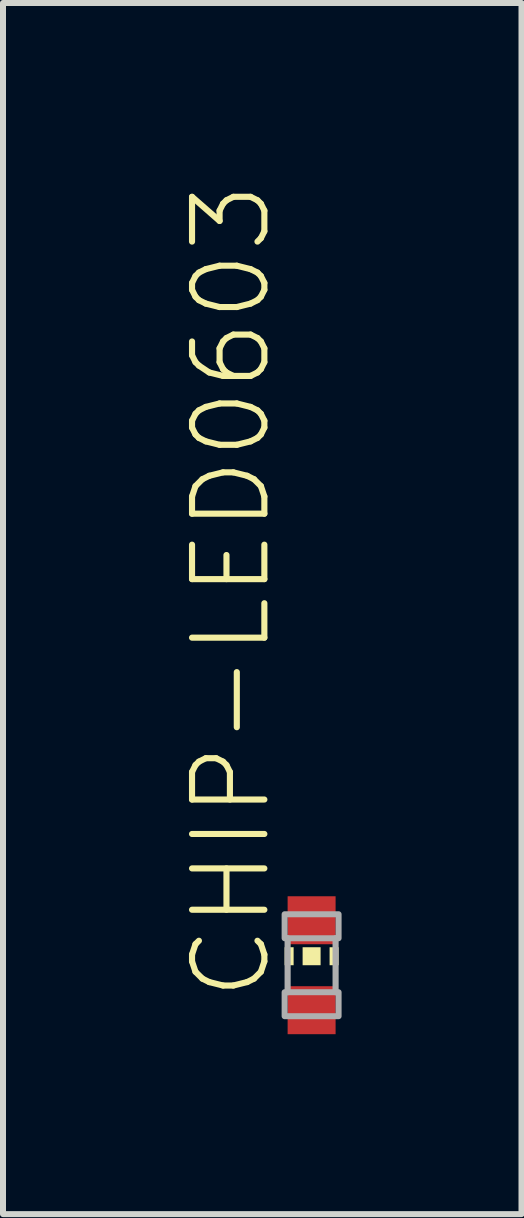
<source format=kicad_pcb>
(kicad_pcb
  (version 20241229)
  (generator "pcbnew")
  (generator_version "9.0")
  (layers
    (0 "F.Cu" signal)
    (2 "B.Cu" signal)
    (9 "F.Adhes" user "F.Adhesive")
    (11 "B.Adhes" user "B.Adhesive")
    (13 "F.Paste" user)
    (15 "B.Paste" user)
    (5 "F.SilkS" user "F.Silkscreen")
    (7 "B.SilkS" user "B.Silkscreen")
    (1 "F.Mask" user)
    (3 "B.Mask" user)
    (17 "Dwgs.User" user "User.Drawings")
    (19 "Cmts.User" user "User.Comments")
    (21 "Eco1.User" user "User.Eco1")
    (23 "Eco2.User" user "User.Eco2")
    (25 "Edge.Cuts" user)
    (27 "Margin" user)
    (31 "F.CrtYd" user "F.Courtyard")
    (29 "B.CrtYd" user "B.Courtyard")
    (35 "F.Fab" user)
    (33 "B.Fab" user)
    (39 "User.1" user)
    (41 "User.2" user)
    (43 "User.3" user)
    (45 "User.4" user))
  (footprint "CHIP-LED0603"
    (layer "F.Cu")
    (at 2.146 13.045)
    (property "Reference" "CHIP-LED0603" (at -0.635 0.635 90) (layer "F.SilkS") (effects (font (size 1.206 1.206) (thickness 0.102)) (justify left bottom)))
    (attr through_hole)
    (fp_poly (pts (xy -0.45 0) (xy -0.3 0) (xy -0.3 -0.3) (xy -0.45 -0.3)) (stroke (width 0) (type solid)) (fill yes) (layer "F.SilkS"))
    (fp_poly (pts (xy -0.15 0) (xy 0.15 0) (xy 0.15 -0.3) (xy -0.15 -0.3)) (stroke (width 0) (type solid)) (fill yes) (layer "F.SilkS"))
    (fp_poly (pts (xy 0.3 0) (xy 0.45 0) (xy 0.45 -0.3) (xy 0.3 -0.3)) (stroke (width 0) (type solid)) (fill yes) (layer "F.SilkS"))
    (fp_line (start -0.4 -0.45) (end -0.4 0.45) (stroke (width 0.102) (type solid)) (layer "F.Fab"))
    (fp_line (start 0.4 -0.45) (end 0.4 0.45) (stroke (width 0.102) (type solid)) (layer "F.Fab"))
    (fp_poly (pts (xy -0.45 -0.45) (xy 0.45 -0.45) (xy 0.45 -0.85) (xy -0.45 -0.85)) (stroke (width 0.1) (type solid)) (fill no) (layer "F.Fab"))
    (fp_poly (pts (xy -0.45 0.85) (xy 0.45 0.85) (xy 0.45 0.45) (xy -0.45 0.45)) (stroke (width 0.1) (type solid)) (fill no) (layer "F.Fab"))
    (pad "A" smd rect (at 0 0.75) (size 0.8 0.8) (layers "F.Cu" "F.Mask" "F.Paste"))
    (pad "C" smd rect (at 0 -0.75) (size 0.8 0.8) (layers "F.Cu" "F.Mask" "F.Paste")))
  (gr_rect
    (start -3 -3)
    (end 5.646 17.195)
    (stroke (width 0.1) (type default))
    (fill no)
    (layer "Edge.Cuts")))
</source>
